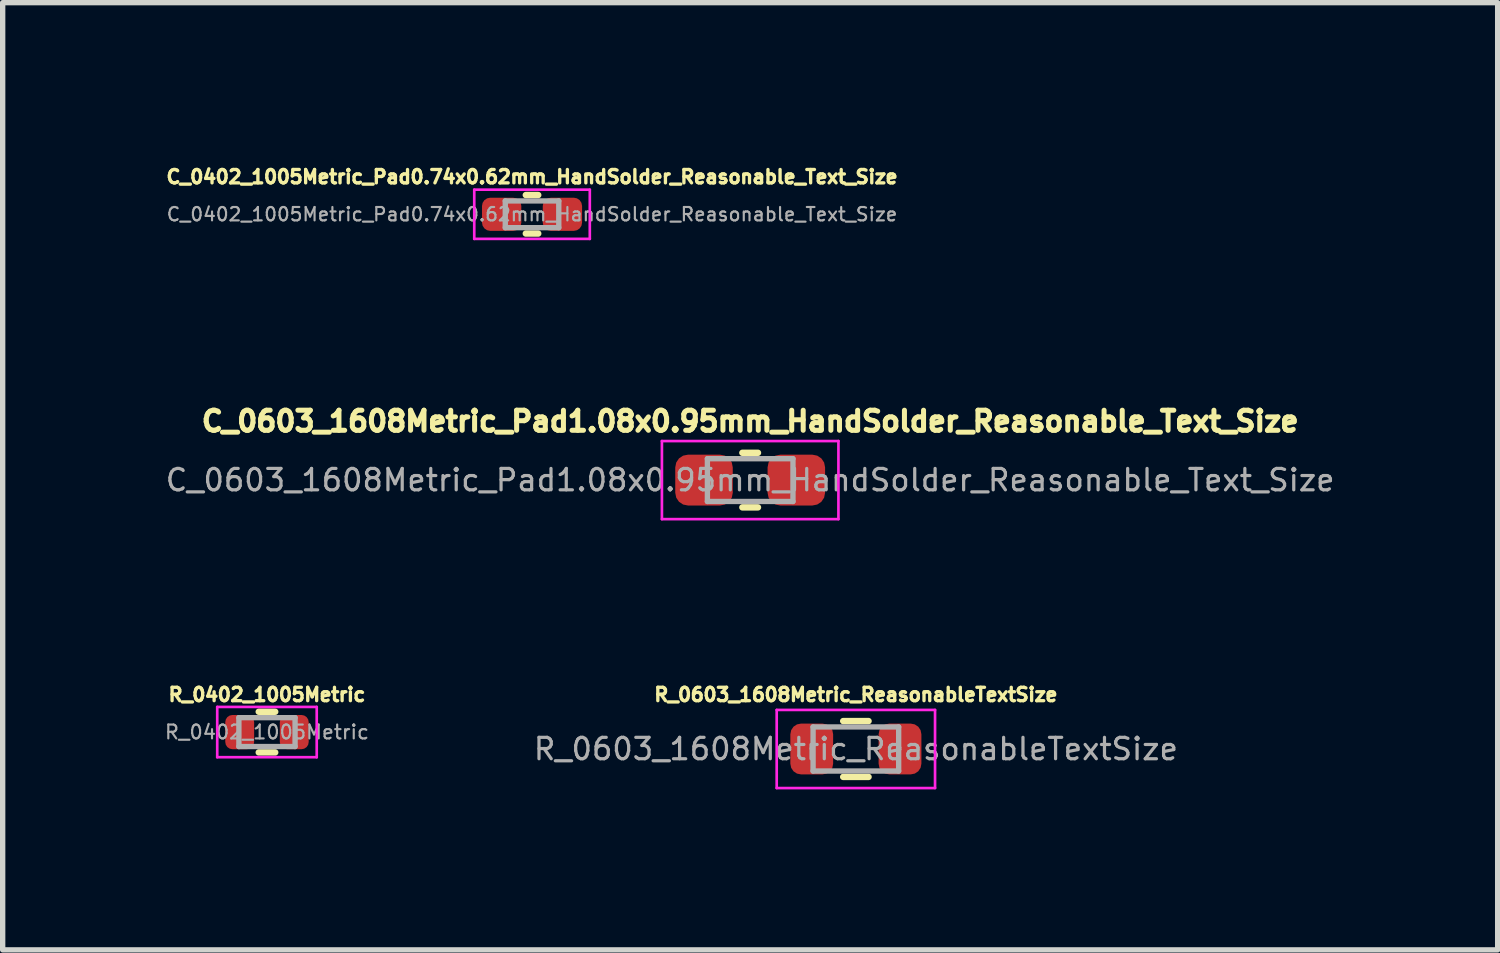
<source format=kicad_pcb>
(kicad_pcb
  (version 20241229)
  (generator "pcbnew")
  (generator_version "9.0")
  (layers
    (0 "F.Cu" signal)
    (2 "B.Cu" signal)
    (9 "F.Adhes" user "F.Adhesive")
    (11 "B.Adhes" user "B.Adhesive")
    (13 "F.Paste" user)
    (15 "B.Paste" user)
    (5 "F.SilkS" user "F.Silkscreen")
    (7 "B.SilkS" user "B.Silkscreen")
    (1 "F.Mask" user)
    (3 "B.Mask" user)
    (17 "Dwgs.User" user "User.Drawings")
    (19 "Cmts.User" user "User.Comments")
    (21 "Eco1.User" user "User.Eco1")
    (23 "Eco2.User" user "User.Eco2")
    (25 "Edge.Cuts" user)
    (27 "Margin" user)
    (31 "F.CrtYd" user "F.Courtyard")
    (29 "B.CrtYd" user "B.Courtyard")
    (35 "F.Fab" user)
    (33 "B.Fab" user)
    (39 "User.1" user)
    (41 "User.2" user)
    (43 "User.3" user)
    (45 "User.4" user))
  (footprint "R_0402_1005Metric"
    (layer "F.Cu")
    (at 1.941 10.636)
    (property "Reference" "R_0402_1005Metric" (at 0 -0.7 0) (layer "F.SilkS") (effects (font (size 0.25 0.25) (thickness 0.062))))
    (attr smd)
    (fp_line (start -0.154 -0.38) (end 0.154 -0.38) (stroke (width 0.12) (type solid)) (layer "F.SilkS"))
    (fp_line (start -0.154 0.38) (end 0.154 0.38) (stroke (width 0.12) (type solid)) (layer "F.SilkS"))
    (fp_line (start -0.93 -0.47) (end 0.93 -0.47) (stroke (width 0.05) (type solid)) (layer "F.CrtYd"))
    (fp_line (start -0.93 0.47) (end -0.93 -0.47) (stroke (width 0.05) (type solid)) (layer "F.CrtYd"))
    (fp_line (start 0.93 -0.47) (end 0.93 0.47) (stroke (width 0.05) (type solid)) (layer "F.CrtYd"))
    (fp_line (start 0.93 0.47) (end -0.93 0.47) (stroke (width 0.05) (type solid)) (layer "F.CrtYd"))
    (fp_line (start -0.525 -0.27) (end 0.525 -0.27) (stroke (width 0.1) (type solid)) (layer "F.Fab"))
    (fp_line (start -0.525 0.27) (end -0.525 -0.27) (stroke (width 0.1) (type solid)) (layer "F.Fab"))
    (fp_line (start 0.525 -0.27) (end 0.525 0.27) (stroke (width 0.1) (type solid)) (layer "F.Fab"))
    (fp_line (start 0.525 0.27) (end -0.525 0.27) (stroke (width 0.1) (type solid)) (layer "F.Fab"))
    (fp_text user "${REFERENCE}" (at 0 0 0) (layer "F.Fab") (effects (font (size 0.26 0.26) (thickness 0.04))))
    (pad "1" smd roundrect (at -0.51 0) (size 0.54 0.64) (layers "F.Cu" "F.Mask" "F.Paste") (roundrect_rratio 0.25))
    (pad "2" smd roundrect (at 0.51 0) (size 0.54 0.64) (layers "F.Cu" "F.Mask" "F.Paste") (roundrect_rratio 0.25)))
  (footprint "C_0402_1005Metric_Pad0.74x0.62mm_HandSolder_Reasonable_Text_Size"
    (layer "F.Cu")
    (at 6.896 0.956)
    (property "Reference" "C_0402_1005Metric_Pad0.74x0.62mm_HandSolder_Reasonable_Text_Size" (at 0 -0.7 0) (layer "F.SilkS") (effects (font (size 0.25 0.25) (thickness 0.062))))
    (attr smd)
    (fp_line (start -0.116 -0.36) (end 0.116 -0.36) (stroke (width 0.12) (type solid)) (layer "F.SilkS"))
    (fp_line (start -0.116 0.36) (end 0.116 0.36) (stroke (width 0.12) (type solid)) (layer "F.SilkS"))
    (fp_line (start -1.08 -0.46) (end 1.08 -0.46) (stroke (width 0.05) (type solid)) (layer "F.CrtYd"))
    (fp_line (start -1.08 0.46) (end -1.08 -0.46) (stroke (width 0.05) (type solid)) (layer "F.CrtYd"))
    (fp_line (start 1.08 -0.46) (end 1.08 0.46) (stroke (width 0.05) (type solid)) (layer "F.CrtYd"))
    (fp_line (start 1.08 0.46) (end -1.08 0.46) (stroke (width 0.05) (type solid)) (layer "F.CrtYd"))
    (fp_line (start -0.5 -0.25) (end 0.5 -0.25) (stroke (width 0.1) (type solid)) (layer "F.Fab"))
    (fp_line (start -0.5 0.25) (end -0.5 -0.25) (stroke (width 0.1) (type solid)) (layer "F.Fab"))
    (fp_line (start 0.5 -0.25) (end 0.5 0.25) (stroke (width 0.1) (type solid)) (layer "F.Fab"))
    (fp_line (start 0.5 0.25) (end -0.5 0.25) (stroke (width 0.1) (type solid)) (layer "F.Fab"))
    (fp_text user "${REFERENCE}" (at 0 0 0) (layer "F.Fab") (effects (font (size 0.25 0.25) (thickness 0.04))))
    (pad "1" smd roundrect (at -0.568 0) (size 0.735 0.62) (layers "F.Cu" "F.Mask" "F.Paste") (roundrect_rratio 0.25))
    (pad "2" smd roundrect (at 0.568 0) (size 0.735 0.62) (layers "F.Cu" "F.Mask" "F.Paste") (roundrect_rratio 0.25)))
  (footprint "C_0603_1608Metric_Pad1.08x0.95mm_HandSolder_Reasonable_Text_Size"
    (layer "F.Cu")
    (at 10.974 5.925)
    (property "Reference" "C_0603_1608Metric_Pad1.08x0.95mm_HandSolder_Reasonable_Text_Size" (at 0 -1.1 0) (layer "F.SilkS") (effects (font (size 0.375 0.375) (thickness 0.094))))
    (attr smd)
    (fp_line (start -0.146 -0.51) (end 0.146 -0.51) (stroke (width 0.12) (type solid)) (layer "F.SilkS"))
    (fp_line (start -0.146 0.51) (end 0.146 0.51) (stroke (width 0.12) (type solid)) (layer "F.SilkS"))
    (fp_line (start -1.65 -0.73) (end 1.65 -0.73) (stroke (width 0.05) (type solid)) (layer "F.CrtYd"))
    (fp_line (start -1.65 0.73) (end -1.65 -0.73) (stroke (width 0.05) (type solid)) (layer "F.CrtYd"))
    (fp_line (start 1.65 -0.73) (end 1.65 0.73) (stroke (width 0.05) (type solid)) (layer "F.CrtYd"))
    (fp_line (start 1.65 0.73) (end -1.65 0.73) (stroke (width 0.05) (type solid)) (layer "F.CrtYd"))
    (fp_line (start -0.8 -0.4) (end 0.8 -0.4) (stroke (width 0.1) (type solid)) (layer "F.Fab"))
    (fp_line (start -0.8 0.4) (end -0.8 -0.4) (stroke (width 0.1) (type solid)) (layer "F.Fab"))
    (fp_line (start 0.8 -0.4) (end 0.8 0.4) (stroke (width 0.1) (type solid)) (layer "F.Fab"))
    (fp_line (start 0.8 0.4) (end -0.8 0.4) (stroke (width 0.1) (type solid)) (layer "F.Fab"))
    (fp_text user "${REFERENCE}" (at 0 0 0) (layer "F.Fab") (effects (font (size 0.4 0.4) (thickness 0.06))))
    (pad "1" smd roundrect (at -0.863 0) (size 1.075 0.95) (layers "F.Cu" "F.Mask" "F.Paste") (roundrect_rratio 0.25))
    (pad "2" smd roundrect (at 0.863 0) (size 1.075 0.95) (layers "F.Cu" "F.Mask" "F.Paste") (roundrect_rratio 0.25)))
  (footprint "R_0603_1608Metric_ReasonableTextSize"
    (layer "F.Cu")
    (at 12.95 10.952)
    (property "Reference" "R_0603_1608Metric_ReasonableTextSize" (at 0 -1.016 0) (layer "F.SilkS") (effects (font (size 0.25 0.25) (thickness 0.062))))
    (attr smd)
    (fp_line (start -0.237 -0.522) (end 0.237 -0.522) (stroke (width 0.12) (type solid)) (layer "F.SilkS"))
    (fp_line (start -0.237 0.522) (end 0.237 0.522) (stroke (width 0.12) (type solid)) (layer "F.SilkS"))
    (fp_line (start -1.48 -0.73) (end 1.48 -0.73) (stroke (width 0.05) (type solid)) (layer "F.CrtYd"))
    (fp_line (start -1.48 0.73) (end -1.48 -0.73) (stroke (width 0.05) (type solid)) (layer "F.CrtYd"))
    (fp_line (start 1.48 -0.73) (end 1.48 0.73) (stroke (width 0.05) (type solid)) (layer "F.CrtYd"))
    (fp_line (start 1.48 0.73) (end -1.48 0.73) (stroke (width 0.05) (type solid)) (layer "F.CrtYd"))
    (fp_line (start -0.8 -0.412) (end 0.8 -0.412) (stroke (width 0.1) (type solid)) (layer "F.Fab"))
    (fp_line (start -0.8 0.412) (end -0.8 -0.412) (stroke (width 0.1) (type solid)) (layer "F.Fab"))
    (fp_line (start 0.8 -0.412) (end 0.8 0.412) (stroke (width 0.1) (type solid)) (layer "F.Fab"))
    (fp_line (start 0.8 0.412) (end -0.8 0.412) (stroke (width 0.1) (type solid)) (layer "F.Fab"))
    (fp_text user "${REFERENCE}" (at 0 0 0) (layer "F.Fab") (effects (font (size 0.4 0.4) (thickness 0.06))))
    (pad "1" smd roundrect (at -0.825 0) (size 0.8 0.95) (layers "F.Cu" "F.Mask" "F.Paste") (roundrect_rratio 0.25))
    (pad "2" smd roundrect (at 0.825 0) (size 0.8 0.95) (layers "F.Cu" "F.Mask" "F.Paste") (roundrect_rratio 0.25)))
  (gr_rect
    (start -3 -3)
    (end 24.948 14.707)
    (stroke (width 0.1) (type default))
    (fill no)
    (layer "Edge.Cuts")))
</source>
